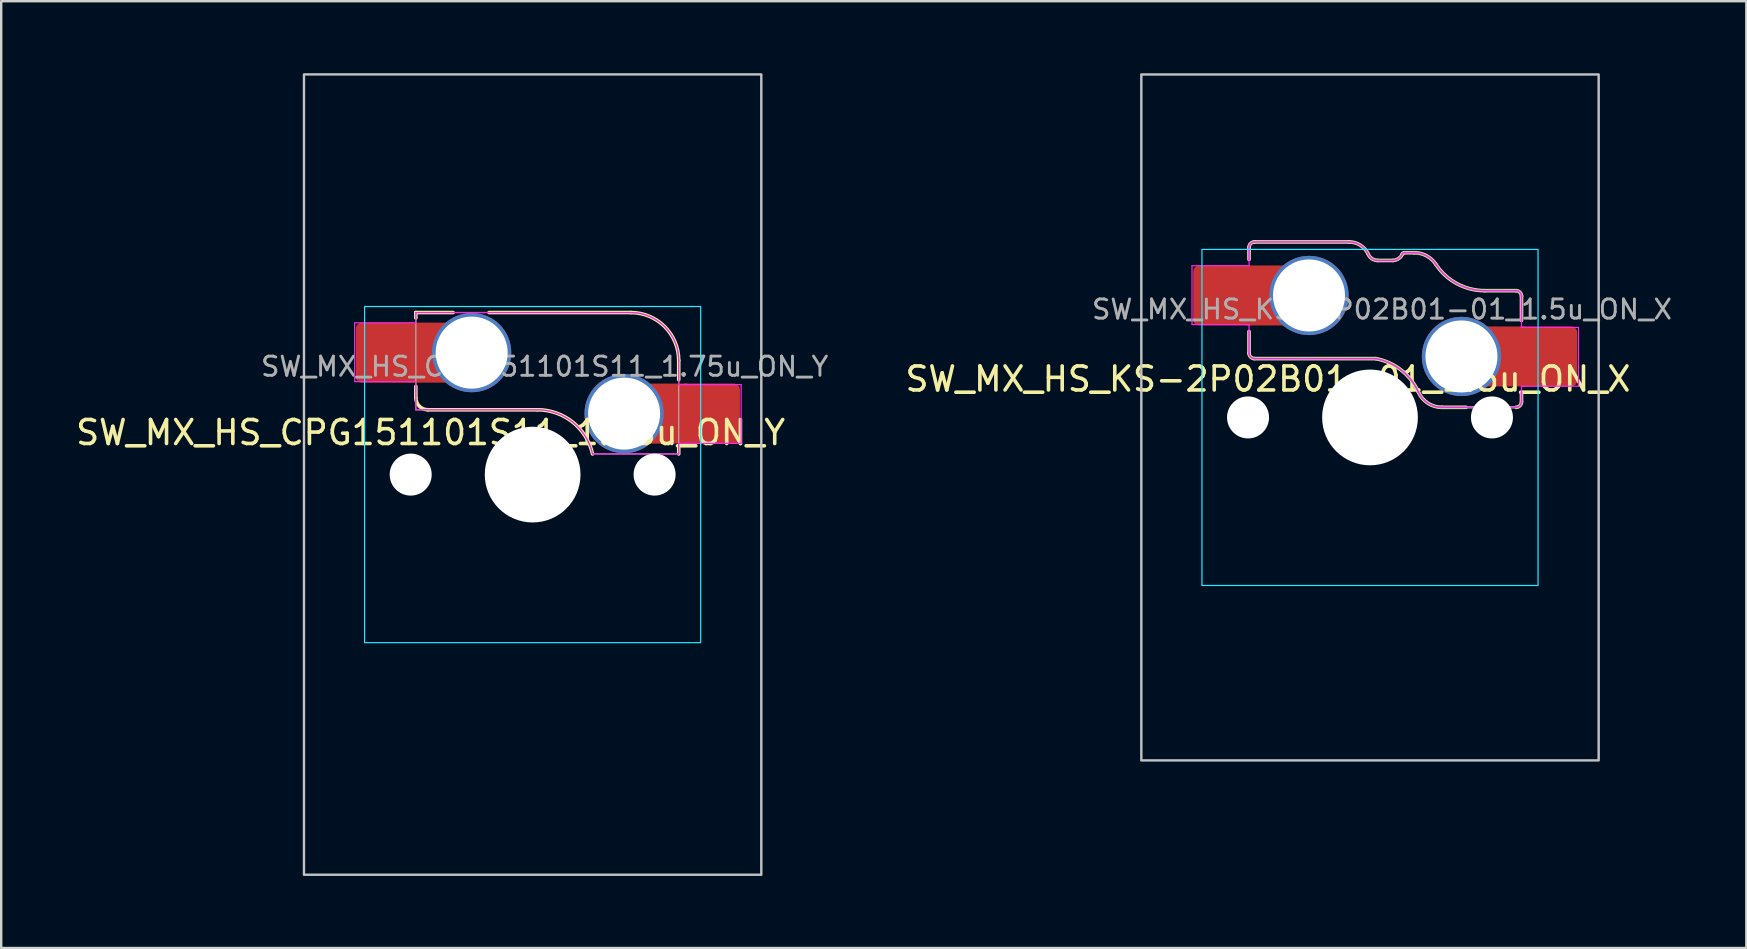
<source format=kicad_pcb>
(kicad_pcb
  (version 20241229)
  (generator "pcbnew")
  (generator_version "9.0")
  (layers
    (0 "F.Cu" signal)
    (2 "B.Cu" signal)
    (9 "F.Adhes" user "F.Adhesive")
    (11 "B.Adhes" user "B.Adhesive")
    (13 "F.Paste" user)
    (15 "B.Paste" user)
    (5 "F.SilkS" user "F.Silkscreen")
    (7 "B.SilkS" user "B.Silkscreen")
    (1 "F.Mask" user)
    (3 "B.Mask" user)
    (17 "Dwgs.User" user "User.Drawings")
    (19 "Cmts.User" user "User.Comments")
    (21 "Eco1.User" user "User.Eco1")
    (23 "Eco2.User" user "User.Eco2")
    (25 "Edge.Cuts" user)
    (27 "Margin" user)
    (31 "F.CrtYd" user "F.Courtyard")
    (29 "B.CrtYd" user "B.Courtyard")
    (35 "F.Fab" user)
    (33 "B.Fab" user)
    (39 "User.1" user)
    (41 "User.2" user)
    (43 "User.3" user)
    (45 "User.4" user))
  (footprint "SW_MX_HS_CPG151101S11_1.75u_ON_Y"
    (layer "F.Cu")
    (at 19.137 16.719)
    (property "Reference" "SW_MX_HS_CPG151101S11_1.75u_ON_Y" (at -4.25 -1.75 0) (layer "F.SilkS") (effects (font (size 1 1) (thickness 0.15))))
    (attr smd)
    (fp_line (start -4.865 -6.75) (end -4.865 -6.52) (stroke (width 0.15) (type solid)) (layer "F.SilkS"))
    (fp_line (start -4.865 -3.67) (end -4.865 -3.2) (stroke (width 0.15) (type solid)) (layer "F.SilkS"))
    (fp_line (start -4.365 -2.7) (end 0.2 -2.7) (stroke (width 0.15) (type solid)) (layer "F.SilkS"))
    (fp_line (start -3.315 -6.75) (end -4.865 -6.75) (stroke (width 0.15) (type solid)) (layer "F.SilkS"))
    (fp_line (start 4.085 -6.75) (end -1.815 -6.75) (stroke (width 0.15) (type solid)) (layer "F.SilkS"))
    (fp_line (start 6.085 -3.95) (end 6.085 -4.75) (stroke (width 0.15) (type solid)) (layer "F.SilkS"))
    (fp_line (start 6.085 -1.1) (end 6.085 -0.86) (stroke (width 0.15) (type solid)) (layer "F.SilkS"))
    (fp_arc (start -4.364824 -2.70022) (mid -4.718377 -2.846667) (end -4.864824 -3.20022) (stroke (width 0.15) (type solid)) (layer "F.SilkS"))
    (fp_arc (start 0.2 -2.70022) (mid 1.670693 -2.183637) (end 2.494322 -0.86022) (stroke (width 0.15) (type solid)) (layer "F.SilkS"))
    (fp_arc (start 4.085176 -6.75022) (mid 5.49939 -6.164434) (end 6.085176 -4.75022) (stroke (width 0.15) (type solid)) (layer "F.SilkS"))
    (fp_rect (start -9.525 -16.669) (end 9.525 16.669) (stroke (width 0.1) (type default)) (fill no) (layer "Dwgs.User"))
    (fp_line (start -7 -6.5) (end -7 6.5) (stroke (width 0.05) (type solid)) (layer "Eco2.User"))
    (fp_line (start -6.5 7) (end 6.5 7) (stroke (width 0.05) (type solid)) (layer "Eco2.User"))
    (fp_line (start 6.5 -7) (end -6.5 -7) (stroke (width 0.05) (type solid)) (layer "Eco2.User"))
    (fp_line (start 7 6.5) (end 7 -6.5) (stroke (width 0.05) (type solid)) (layer "Eco2.User"))
    (fp_arc (start -7 -6.5) (mid -6.853553 -6.853553) (end -6.5 -7) (stroke (width 0.05) (type solid)) (layer "Eco2.User"))
    (fp_arc (start -6.497236 6.998884) (mid -6.850789 6.852437) (end -6.997236 6.498884) (stroke (width 0.05) (type solid)) (layer "Eco2.User"))
    (fp_arc (start 6.5 -7) (mid 6.853553 -6.853553) (end 7 -6.5) (stroke (width 0.05) (type solid)) (layer "Eco2.User"))
    (fp_arc (start 7 6.5) (mid 6.853553 6.853553) (end 6.5 7) (stroke (width 0.05) (type solid)) (layer "Eco2.User"))
    (fp_rect (start -7 -7) (end 7 7) (stroke (width 0.05) (type default)) (fill no) (layer "B.CrtYd"))
    (fp_line (start -7.415 -6.32) (end -4.865 -6.32) (stroke (width 0.05) (type solid)) (layer "F.CrtYd"))
    (fp_line (start -7.415 -3.87) (end -7.415 -6.32) (stroke (width 0.05) (type solid)) (layer "F.CrtYd"))
    (fp_line (start -4.865 -6.75) (end -4.865 -6.32) (stroke (width 0.05) (type solid)) (layer "F.CrtYd"))
    (fp_line (start -4.865 -3.87) (end -7.415 -3.87) (stroke (width 0.05) (type solid)) (layer "F.CrtYd"))
    (fp_line (start -4.865 -3.87) (end -4.865 -2.7) (stroke (width 0.05) (type solid)) (layer "F.CrtYd"))
    (fp_line (start -4.865 -2.7) (end 0.2 -2.7) (stroke (width 0.05) (type solid)) (layer "F.CrtYd"))
    (fp_line (start 4.085 -6.75) (end -4.865 -6.75) (stroke (width 0.05) (type solid)) (layer "F.CrtYd"))
    (fp_line (start 6.085 -3.75) (end 6.085 -4.75) (stroke (width 0.05) (type solid)) (layer "F.CrtYd"))
    (fp_line (start 6.085 -3.75) (end 8.685 -3.75) (stroke (width 0.05) (type solid)) (layer "F.CrtYd"))
    (fp_line (start 6.085 -1.3) (end 6.085 -0.86) (stroke (width 0.05) (type solid)) (layer "F.CrtYd"))
    (fp_line (start 6.085 -0.86) (end 2.494 -0.86) (stroke (width 0.05) (type solid)) (layer "F.CrtYd"))
    (fp_line (start 8.685 -3.75) (end 8.685 -1.3) (stroke (width 0.05) (type solid)) (layer "F.CrtYd"))
    (fp_line (start 8.685 -1.3) (end 6.085 -1.3) (stroke (width 0.05) (type solid)) (layer "F.CrtYd"))
    (fp_arc (start 0.2 -2.70022) (mid 1.670503 -2.183399) (end 2.494322 -0.86022) (stroke (width 0.05) (type solid)) (layer "F.CrtYd"))
    (fp_arc (start 4.085176 -6.75022) (mid 5.49939 -6.164434) (end 6.085176 -4.75022) (stroke (width 0.05) (type solid)) (layer "F.CrtYd"))
    (fp_line (start -4.865 -6.75) (end -4.865 -2.7) (stroke (width 0.05) (type solid)) (layer "F.Fab"))
    (fp_line (start -4.865 -2.7) (end 0.2 -2.7) (stroke (width 0.05) (type solid)) (layer "F.Fab"))
    (fp_line (start 4.085 -6.75) (end -4.865 -6.75) (stroke (width 0.05) (type solid)) (layer "F.Fab"))
    (fp_line (start 6.085 -0.86) (end 2.494 -0.86) (stroke (width 0.05) (type solid)) (layer "F.Fab"))
    (fp_line (start 6.085 -0.86) (end 6.085 -4.75) (stroke (width 0.05) (type solid)) (layer "F.Fab"))
    (fp_arc (start 0.2 -2.70022) (mid 1.670503 -2.183399) (end 2.494322 -0.86022) (stroke (width 0.05) (type solid)) (layer "F.Fab"))
    (fp_arc (start 4.085176 -6.75022) (mid 5.49939 -6.164434) (end 6.085176 -4.75022) (stroke (width 0.05) (type solid)) (layer "F.Fab"))
    (fp_text user "${REFERENCE}" (at 0.5 -4.5 0) (layer "F.Fab") (effects (font (size 0.8 0.8) (thickness 0.12))))
    (pad "" np_thru_hole circle (at -5.08 0) (size 1.75 1.75) (drill 1.75) (layers "*.Cu" "*.Mask"))
    (pad "" np_thru_hole circle (at 0 0) (size 3.988 3.988) (drill 3.988) (layers "*.Cu" "*.Mask"))
    (pad "" np_thru_hole circle (at 5.08 0) (size 1.75 1.75) (drill 1.75) (layers "*.Cu" "*.Mask"))
    (pad "1" thru_hole circle (at 3.81 -2.54) (size 3.3 3.3) (drill 3) (property pad_prop_mechanical) (layers "*.Cu" "*.Mask"))
    (pad "1" smd rect (at 5.635 -2.54 180) (size 1.65 2.5) (layers "F.Cu"))
    (pad "1" smd roundrect (at 7.36 -2.54) (size 2.55 2.5) (layers "F.Cu" "F.Mask" "F.Paste") (roundrect_rratio 0.1))
    (pad "2" smd roundrect (at -6.09 -5.08) (size 2.55 2.5) (layers "F.Cu" "F.Mask" "F.Paste") (roundrect_rratio 0.1))
    (pad "2" smd rect (at -4.34 -5.08) (size 1.65 2.5) (layers "F.Cu"))
    (pad "2" thru_hole circle (at -2.54 -5.08) (size 3.3 3.3) (drill 3) (property pad_prop_mechanical) (layers "*.Cu" "*.Mask")))
  (footprint "SW_MX_HS_KS-2P02B01-01_1.5u_ON_X"
    (layer "F.Cu")
    (at 54.017 14.338)
    (property "Reference" "SW_MX_HS_KS-2P02B01-01_1.5u_ON_X" (at -4.25 -1.6 0) (layer "F.SilkS") (effects (font (size 1 1) (thickness 0.15))))
    (attr smd)
    (fp_line (start -5.039 -7.086) (end -5.039 -6.58) (stroke (width 0.15) (type solid)) (layer "F.SilkS"))
    (fp_line (start -5.039 -2.675) (end -5.039 -3.58) (stroke (width 0.15) (type solid)) (layer "F.SilkS"))
    (fp_line (start -4.814 -2.45) (end 0.239 -2.45) (stroke (width 0.15) (type solid)) (layer "F.SilkS"))
    (fp_line (start -0.871 -7.311) (end -4.814 -7.311) (stroke (width 0.15) (type solid)) (layer "F.SilkS"))
    (fp_line (start 0.954 -6.539) (end 0.316 -6.539) (stroke (width 0.15) (type solid)) (layer "F.SilkS"))
    (fp_line (start 1.437 -6.861) (end 1.846 -6.861) (stroke (width 0.15) (type solid)) (layer "F.SilkS"))
    (fp_line (start 2.997 -0.42) (end 4 -0.42) (stroke (width 0.15) (type solid)) (layer "F.SilkS"))
    (fp_line (start 6.086 -5.281) (end 4.775 -5.281) (stroke (width 0.15) (type solid)) (layer "F.SilkS"))
    (fp_line (start 6.311 -5.056) (end 6.311 -4.04) (stroke (width 0.15) (type solid)) (layer "F.SilkS"))
    (fp_line (start 6.311 -0.645) (end 6.311 -1.04) (stroke (width 0.15) (type solid)) (layer "F.SilkS"))
    (fp_arc (start -0.870659 -7.311006) (mid -0.404802 -7.177082) (end -0.081188 -6.816204) (stroke (width 0.15) (type solid)) (layer "F.SilkS"))
    (fp_arc (start 0.239066 -2.449741) (mid 1.301345 -1.970299) (end 2.018091 -1.051291) (stroke (width 0.15) (type solid)) (layer "F.SilkS"))
    (fp_arc (start 0.316284 -6.539103) (mid 0.075462 -6.617285) (end -0.081188 -6.816204) (stroke (width 0.15) (type solid)) (layer "F.SilkS"))
    (fp_arc (start 1.344869 -6.800882) (mid 1.1877 -6.612605) (end 0.953718 -6.539103) (stroke (width 0.15) (type solid)) (layer "F.SilkS"))
    (fp_arc (start 1.344869 -6.800882) (mid 1.381745 -6.844643) (end 1.436576 -6.861005) (stroke (width 0.15) (type solid)) (layer "F.SilkS"))
    (fp_arc (start 1.845965 -6.860996) (mid 2.356288 -6.732106) (end 2.744226 -6.376372) (stroke (width 0.15) (type solid)) (layer "F.SilkS"))
    (fp_arc (start 2.997274 -0.419747) (mid 2.414853 -0.591219) (end 2.018265 -1.05093) (stroke (width 0.15) (type solid)) (layer "F.SilkS"))
    (fp_arc (start 4.774564 -5.281006) (mid 3.62108 -5.572312) (end 2.744226 -6.376372) (stroke (width 0.15) (type solid)) (layer "F.SilkS"))
    (fp_curve (pts (xy -5.039 -2.675) (xy -5.039 -2.557) (xy -4.932 -2.45) (xy -4.814 -2.45)) (stroke (width 0.15) (type solid)) (layer "F.SilkS"))
    (fp_curve (pts (xy -4.814 -7.311) (xy -4.932 -7.311) (xy -5.039 -7.204) (xy -5.039 -7.086)) (stroke (width 0.15) (type solid)) (layer "F.SilkS"))
    (fp_curve (pts (xy 6.086 -0.42) (xy 6.203 -0.42) (xy 6.311 -0.527) (xy 6.311 -0.645)) (stroke (width 0.15) (type solid)) (layer "F.SilkS"))
    (fp_curve (pts (xy 6.311 -5.056) (xy 6.311 -5.174) (xy 6.203 -5.281) (xy 6.086 -5.281)) (stroke (width 0.15) (type solid)) (layer "F.SilkS"))
    (fp_rect (start -9.525 -14.287) (end 9.525 14.287) (stroke (width 0.1) (type default)) (fill no) (layer "Dwgs.User"))
    (fp_line (start -7 -6.5) (end -7 6.5) (stroke (width 0.05) (type solid)) (layer "Eco2.User"))
    (fp_line (start -6.5 7) (end 6.5 7) (stroke (width 0.05) (type solid)) (layer "Eco2.User"))
    (fp_line (start 6.5 -7) (end -6.5 -7) (stroke (width 0.05) (type solid)) (layer "Eco2.User"))
    (fp_line (start 7 6.5) (end 7 -6.5) (stroke (width 0.05) (type solid)) (layer "Eco2.User"))
    (fp_arc (start -7 -6.5) (mid -6.853553 -6.853553) (end -6.5 -7) (stroke (width 0.05) (type solid)) (layer "Eco2.User"))
    (fp_arc (start -6.497236 6.998884) (mid -6.850789 6.852437) (end -6.997236 6.498884) (stroke (width 0.05) (type solid)) (layer "Eco2.User"))
    (fp_arc (start 6.5 -7) (mid 6.853553 -6.853553) (end 7 -6.5) (stroke (width 0.05) (type solid)) (layer "Eco2.User"))
    (fp_arc (start 7 6.5) (mid 6.853553 6.853553) (end 6.5 7) (stroke (width 0.05) (type solid)) (layer "Eco2.User"))
    (fp_rect (start -7 -7) (end 7 7) (stroke (width 0.05) (type default)) (fill no) (layer "B.CrtYd"))
    (fp_line (start -7.415 -6.32) (end -5.039 -6.32) (stroke (width 0.05) (type solid)) (layer "F.CrtYd"))
    (fp_line (start -7.415 -3.87) (end -7.415 -6.32) (stroke (width 0.05) (type solid)) (layer "F.CrtYd"))
    (fp_line (start -5.039 -7.086) (end -5.039 -6.32) (stroke (width 0.05) (type solid)) (layer "F.CrtYd"))
    (fp_line (start -5.039 -3.87) (end -7.415 -3.87) (stroke (width 0.05) (type solid)) (layer "F.CrtYd"))
    (fp_line (start -5.039 -2.675) (end -5.039 -3.87) (stroke (width 0.05) (type solid)) (layer "F.CrtYd"))
    (fp_line (start -4.814 -2.45) (end 0.239 -2.45) (stroke (width 0.05) (type solid)) (layer "F.CrtYd"))
    (fp_line (start -0.871 -7.311) (end -4.814 -7.311) (stroke (width 0.05) (type solid)) (layer "F.CrtYd"))
    (fp_line (start 0.954 -6.539) (end 0.316 -6.539) (stroke (width 0.05) (type solid)) (layer "F.CrtYd"))
    (fp_line (start 1.437 -6.861) (end 1.846 -6.861) (stroke (width 0.05) (type solid)) (layer "F.CrtYd"))
    (fp_line (start 2.997 -0.42) (end 6.086 -0.42) (stroke (width 0.05) (type solid)) (layer "F.CrtYd"))
    (fp_line (start 6.086 -5.281) (end 4.775 -5.281) (stroke (width 0.05) (type solid)) (layer "F.CrtYd"))
    (fp_line (start 6.311 -5.056) (end 6.311 -3.75) (stroke (width 0.05) (type solid)) (layer "F.CrtYd"))
    (fp_line (start 6.311 -3.75) (end 8.685 -3.75) (stroke (width 0.05) (type solid)) (layer "F.CrtYd"))
    (fp_line (start 6.311 -0.645) (end 6.311 -1.3) (stroke (width 0.05) (type solid)) (layer "F.CrtYd"))
    (fp_line (start 8.685 -3.75) (end 8.685 -1.3) (stroke (width 0.05) (type solid)) (layer "F.CrtYd"))
    (fp_line (start 8.685 -1.3) (end 6.311 -1.3) (stroke (width 0.05) (type solid)) (layer "F.CrtYd"))
    (fp_arc (start -0.870659 -7.311006) (mid -0.404802 -7.177082) (end -0.081188 -6.816204) (stroke (width 0.05) (type solid)) (layer "F.CrtYd"))
    (fp_arc (start 0.239066 -2.449741) (mid 1.301345 -1.970299) (end 2.018091 -1.051291) (stroke (width 0.05) (type solid)) (layer "F.CrtYd"))
    (fp_arc (start 0.316284 -6.539103) (mid 0.075462 -6.617285) (end -0.081188 -6.816204) (stroke (width 0.05) (type solid)) (layer "F.CrtYd"))
    (fp_arc (start 1.344869 -6.800882) (mid 1.1877 -6.612605) (end 0.953718 -6.539103) (stroke (width 0.05) (type solid)) (layer "F.CrtYd"))
    (fp_arc (start 1.344869 -6.800882) (mid 1.381745 -6.844643) (end 1.436576 -6.861005) (stroke (width 0.05) (type solid)) (layer "F.CrtYd"))
    (fp_arc (start 1.845965 -6.860996) (mid 2.356288 -6.732106) (end 2.744226 -6.376372) (stroke (width 0.05) (type solid)) (layer "F.CrtYd"))
    (fp_arc (start 2.997274 -0.419747) (mid 2.414853 -0.591219) (end 2.018265 -1.05093) (stroke (width 0.05) (type solid)) (layer "F.CrtYd"))
    (fp_arc (start 4.774564 -5.281006) (mid 3.62108 -5.572312) (end 2.744226 -6.376372) (stroke (width 0.05) (type solid)) (layer "F.CrtYd"))
    (fp_curve (pts (xy -5.039 -2.675) (xy -5.039 -2.557) (xy -4.932 -2.45) (xy -4.814 -2.45)) (stroke (width 0.05) (type solid)) (layer "F.CrtYd"))
    (fp_curve (pts (xy -4.814 -7.311) (xy -4.932 -7.311) (xy -5.039 -7.204) (xy -5.039 -7.086)) (stroke (width 0.05) (type solid)) (layer "F.CrtYd"))
    (fp_curve (pts (xy 6.086 -0.42) (xy 6.203 -0.42) (xy 6.311 -0.527) (xy 6.311 -0.645)) (stroke (width 0.05) (type solid)) (layer "F.CrtYd"))
    (fp_curve (pts (xy 6.311 -5.056) (xy 6.311 -5.174) (xy 6.203 -5.281) (xy 6.086 -5.281)) (stroke (width 0.05) (type solid)) (layer "F.CrtYd"))
    (fp_line (start -5.039 -7.086) (end -5.039 -6.58) (stroke (width 0.1) (type solid)) (layer "F.Fab"))
    (fp_line (start -5.039 -2.675) (end -5.039 -3.58) (stroke (width 0.1) (type solid)) (layer "F.Fab"))
    (fp_line (start -4.814 -2.45) (end 0.239 -2.45) (stroke (width 0.1) (type solid)) (layer "F.Fab"))
    (fp_line (start -0.871 -7.311) (end -4.814 -7.311) (stroke (width 0.1) (type solid)) (layer "F.Fab"))
    (fp_line (start 0.954 -6.539) (end 0.316 -6.539) (stroke (width 0.1) (type solid)) (layer "F.Fab"))
    (fp_line (start 1.437 -6.861) (end 1.846 -6.861) (stroke (width 0.1) (type solid)) (layer "F.Fab"))
    (fp_line (start 2.997 -0.42) (end 6.086 -0.42) (stroke (width 0.1) (type solid)) (layer "F.Fab"))
    (fp_line (start 6.086 -5.281) (end 4.775 -5.281) (stroke (width 0.1) (type solid)) (layer "F.Fab"))
    (fp_line (start 6.311 -5.056) (end 6.311 -4.04) (stroke (width 0.1) (type solid)) (layer "F.Fab"))
    (fp_line (start 6.311 -0.645) (end 6.311 -1.04) (stroke (width 0.1) (type solid)) (layer "F.Fab"))
    (fp_arc (start -0.870659 -7.311006) (mid -0.404802 -7.177082) (end -0.081188 -6.816204) (stroke (width 0.1) (type solid)) (layer "F.Fab"))
    (fp_arc (start 0.239066 -2.449741) (mid 1.301345 -1.970299) (end 2.018091 -1.051291) (stroke (width 0.1) (type solid)) (layer "F.Fab"))
    (fp_arc (start 0.316284 -6.539103) (mid 0.075462 -6.617285) (end -0.081188 -6.816204) (stroke (width 0.1) (type solid)) (layer "F.Fab"))
    (fp_arc (start 1.344869 -6.800882) (mid 1.1877 -6.612605) (end 0.953718 -6.539103) (stroke (width 0.1) (type solid)) (layer "F.Fab"))
    (fp_arc (start 1.344869 -6.800882) (mid 1.381745 -6.844643) (end 1.436576 -6.861005) (stroke (width 0.1) (type solid)) (layer "F.Fab"))
    (fp_arc (start 1.845965 -6.860996) (mid 2.356288 -6.732106) (end 2.744226 -6.376372) (stroke (width 0.1) (type solid)) (layer "F.Fab"))
    (fp_arc (start 2.997274 -0.419747) (mid 2.414853 -0.591219) (end 2.018265 -1.05093) (stroke (width 0.1) (type solid)) (layer "F.Fab"))
    (fp_arc (start 4.774564 -5.281006) (mid 3.62108 -5.572312) (end 2.744226 -6.376372) (stroke (width 0.1) (type solid)) (layer "F.Fab"))
    (fp_curve (pts (xy -5.039 -2.675) (xy -5.039 -2.557) (xy -4.932 -2.45) (xy -4.814 -2.45)) (stroke (width 0.1) (type solid)) (layer "F.Fab"))
    (fp_curve (pts (xy -4.814 -7.311) (xy -4.932 -7.311) (xy -5.039 -7.204) (xy -5.039 -7.086)) (stroke (width 0.1) (type solid)) (layer "F.Fab"))
    (fp_curve (pts (xy 6.086 -0.42) (xy 6.203 -0.42) (xy 6.311 -0.527) (xy 6.311 -0.645)) (stroke (width 0.1) (type solid)) (layer "F.Fab"))
    (fp_curve (pts (xy 6.311 -5.056) (xy 6.311 -5.174) (xy 6.203 -5.281) (xy 6.086 -5.281)) (stroke (width 0.1) (type solid)) (layer "F.Fab"))
    (fp_text user "${REFERENCE}" (at 0.5 -4.5 0) (layer "F.Fab") (effects (font (size 0.8 0.8) (thickness 0.12))))
    (pad "" np_thru_hole circle (at -5.08 0) (size 1.75 1.75) (drill 1.75) (layers "*.Cu" "*.Mask"))
    (pad "" np_thru_hole circle (at 0 0) (size 3.988 3.988) (drill 3.988) (layers "*.Cu" "*.Mask"))
    (pad "" np_thru_hole circle (at 5.08 0) (size 1.75 1.75) (drill 1.75) (layers "*.Cu" "*.Mask"))
    (pad "1" thru_hole circle (at 3.81 -2.54) (size 3.3 3.3) (drill 3) (property pad_prop_mechanical) (layers "*.Cu" "*.Mask"))
    (pad "1" smd rect (at 5.635 -2.54 180) (size 1.65 2.5) (layers "F.Cu"))
    (pad "1" smd roundrect (at 7.36 -2.54) (size 2.55 2.5) (layers "F.Cu" "F.Mask" "F.Paste") (roundrect_rratio 0.1))
    (pad "2" smd roundrect (at -6.09 -5.08) (size 2.55 2.5) (layers "F.Cu" "F.Mask" "F.Paste") (roundrect_rratio 0.1))
    (pad "2" smd rect (at -4.34 -5.08) (size 1.65 2.5) (layers "F.Cu"))
    (pad "2" thru_hole circle (at -2.54 -5.08) (size 3.3 3.3) (drill 3) (property pad_prop_mechanical) (layers "*.Cu" "*.Mask")))
  (gr_rect
    (start -3 -3)
    (end 69.693 36.438)
    (stroke (width 0.1) (type default))
    (fill no)
    (layer "Edge.Cuts")))
</source>
